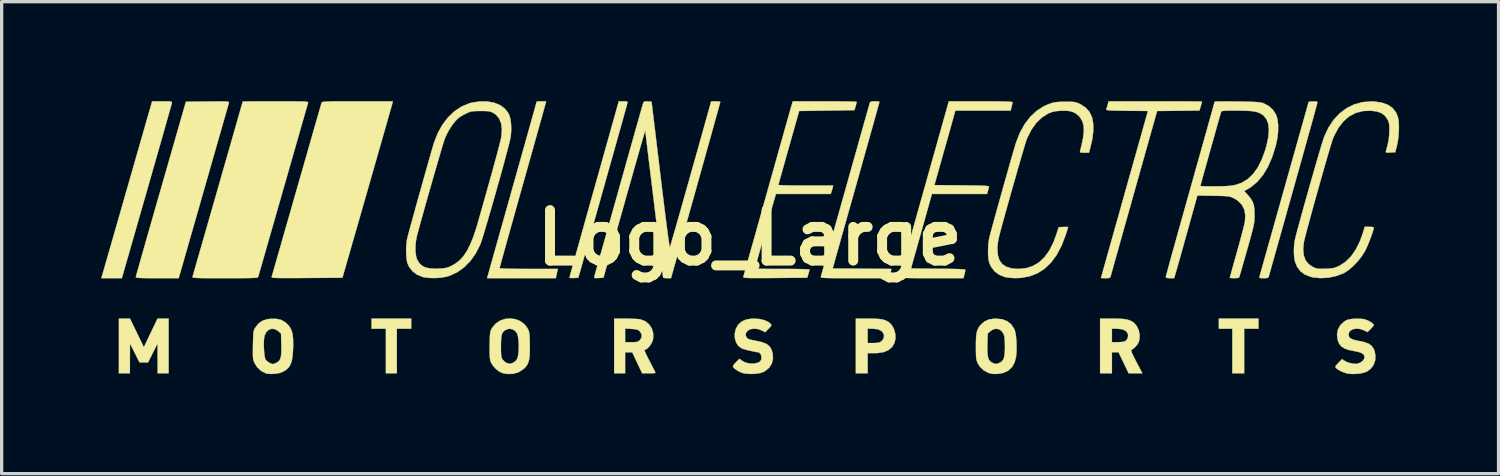
<source format=kicad_pcb>
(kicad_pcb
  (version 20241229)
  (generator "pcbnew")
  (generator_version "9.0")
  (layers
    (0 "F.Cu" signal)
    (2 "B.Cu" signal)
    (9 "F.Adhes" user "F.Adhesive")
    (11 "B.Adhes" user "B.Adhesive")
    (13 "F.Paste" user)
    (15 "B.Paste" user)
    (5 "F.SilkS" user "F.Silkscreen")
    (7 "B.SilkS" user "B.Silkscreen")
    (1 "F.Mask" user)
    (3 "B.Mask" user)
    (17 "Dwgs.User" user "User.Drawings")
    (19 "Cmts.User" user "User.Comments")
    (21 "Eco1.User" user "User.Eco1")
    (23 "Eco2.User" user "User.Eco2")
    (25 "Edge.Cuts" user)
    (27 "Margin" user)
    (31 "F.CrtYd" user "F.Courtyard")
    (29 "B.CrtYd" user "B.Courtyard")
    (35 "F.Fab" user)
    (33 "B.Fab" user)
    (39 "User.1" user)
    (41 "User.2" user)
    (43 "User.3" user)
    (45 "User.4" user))
  (footprint "Logo_Large"
    (layer "F.Cu")
    (at 19.561 4.12)
    (property "Reference" "Logo_Large" (at 0 0 0) (layer "F.SilkS") (effects (font (size 1.524 1.524) (thickness 0.3))))
    (attr through_hole)
    (fp_poly (pts (xy -10.211 2.743) (xy -10.643 2.743) (xy -10.643 4.089) (xy -10.973 4.089) (xy -10.973 2.743) (xy -11.405 2.743) (xy -11.405 2.438) (xy -10.211 2.438) (xy -10.211 2.743)) (stroke (width 0.01) (type solid)) (fill yes) (layer "F.SilkS"))
    (fp_poly (pts (xy 15.342 2.743) (xy 14.91 2.743) (xy 14.91 4.089) (xy 14.554 4.089) (xy 14.554 2.743) (xy 14.148 2.743) (xy 14.148 2.438) (xy 15.342 2.438) (xy 15.342 2.743)) (stroke (width 0.01) (type solid)) (fill yes) (layer "F.SilkS"))
    (fp_poly (pts (xy -18.482 2.869) (xy -18.273 3.301) (xy -17.86 2.438) (xy -17.526 2.438) (xy -17.526 4.089) (xy -17.856 4.089) (xy -17.859 3.188) (xy -18.003 3.473) (xy -18.147 3.759) (xy -18.403 3.759) (xy -18.547 3.473) (xy -18.691 3.188) (xy -18.693 3.639) (xy -18.694 4.089) (xy -19.025 4.089) (xy -19.025 2.438) (xy -18.691 2.438) (xy -18.482 2.869)) (stroke (width 0.01) (type solid)) (fill yes) (layer "F.SilkS"))
    (fp_poly (pts (xy -17.593 -4.114) (xy -17.508 -4.113) (xy -17.457 -4.107) (xy -17.433 -4.097) (xy -17.426 -4.08) (xy -17.429 -4.058) (xy -17.438 -4.026) (xy -17.459 -3.949) (xy -17.493 -3.829) (xy -17.538 -3.67) (xy -17.593 -3.476) (xy -17.657 -3.249) (xy -17.73 -2.992) (xy -17.811 -2.71) (xy -17.898 -2.405) (xy -17.991 -2.08) (xy -18.088 -1.739) (xy -18.188 -1.391) (xy -18.936 1.219) (xy -19.246 1.219) (xy -19.556 1.219) (xy -19.523 1.111) (xy -19.512 1.072) (xy -19.487 0.988) (xy -19.451 0.861) (xy -19.403 0.696) (xy -19.346 0.495) (xy -19.279 0.263) (xy -19.204 0.002) (xy -19.122 -0.284) (xy -19.033 -0.592) (xy -18.94 -0.919) (xy -18.842 -1.261) (xy -18.757 -1.556) (xy -18.023 -4.115) (xy -17.721 -4.115) (xy -17.593 -4.114)) (stroke (width 0.01) (type solid)) (fill yes) (layer "F.SilkS"))
    (fp_poly (pts (xy -3.736 -4.114) (xy -3.698 -4.106) (xy -3.688 -4.085) (xy -3.695 -4.045) (xy -3.703 -4.011) (xy -3.725 -3.932) (xy -3.759 -3.811) (xy -3.804 -3.65) (xy -3.858 -3.454) (xy -3.922 -3.225) (xy -3.995 -2.968) (xy -4.074 -2.684) (xy -4.16 -2.378) (xy -4.252 -2.053) (xy -4.348 -1.711) (xy -4.44 -1.384) (xy -5.169 1.206) (xy -5.302 1.214) (xy -5.377 1.215) (xy -5.426 1.209) (xy -5.436 1.201) (xy -5.43 1.175) (xy -5.41 1.102) (xy -5.379 0.987) (xy -5.336 0.833) (xy -5.283 0.643) (xy -5.221 0.419) (xy -5.15 0.166) (xy -5.072 -0.114) (xy -4.987 -0.418) (xy -4.897 -0.742) (xy -4.801 -1.083) (xy -4.702 -1.438) (xy -4.693 -1.467) (xy -3.95 -4.114) (xy -3.814 -4.115) (xy -3.736 -4.114)) (stroke (width 0.01) (type solid)) (fill yes) (layer "F.SilkS"))
    (fp_poly (pts (xy 3.562 2.439) (xy 3.741 2.441) (xy 3.879 2.448) (xy 3.985 2.461) (xy 4.069 2.483) (xy 4.142 2.515) (xy 4.194 2.547) (xy 4.284 2.635) (xy 4.35 2.756) (xy 4.389 2.895) (xy 4.395 3.038) (xy 4.367 3.167) (xy 4.293 3.295) (xy 4.182 3.389) (xy 4.032 3.45) (xy 3.843 3.478) (xy 3.778 3.479) (xy 3.556 3.48) (xy 3.556 4.089) (xy 3.2 4.089) (xy 3.2 2.743) (xy 3.556 2.743) (xy 3.556 3.175) (xy 3.73 3.175) (xy 3.838 3.171) (xy 3.91 3.157) (xy 3.963 3.129) (xy 3.969 3.125) (xy 4.034 3.046) (xy 4.052 2.955) (xy 4.027 2.873) (xy 3.966 2.804) (xy 3.867 2.761) (xy 3.727 2.744) (xy 3.692 2.743) (xy 3.556 2.743) (xy 3.2 2.743) (xy 3.2 2.438) (xy 3.562 2.439)) (stroke (width 0.01) (type solid)) (fill yes) (layer "F.SilkS"))
    (fp_poly (pts (xy 10.928 2.439) (xy 11.114 2.441) (xy 11.259 2.449) (xy 11.37 2.465) (xy 11.458 2.491) (xy 11.532 2.527) (xy 11.579 2.559) (xy 11.668 2.656) (xy 11.729 2.783) (xy 11.758 2.925) (xy 11.752 3.068) (xy 11.726 3.158) (xy 11.683 3.228) (xy 11.618 3.301) (xy 11.549 3.359) (xy 11.504 3.383) (xy 11.504 3.409) (xy 11.527 3.474) (xy 11.573 3.574) (xy 11.639 3.705) (xy 11.658 3.741) (xy 11.841 4.089) (xy 11.427 4.089) (xy 11.123 3.454) (xy 10.922 3.454) (xy 10.922 4.089) (xy 10.566 4.089) (xy 10.566 2.743) (xy 10.922 2.743) (xy 10.922 3.15) (xy 11.106 3.149) (xy 11.216 3.143) (xy 11.298 3.13) (xy 11.334 3.115) (xy 11.393 3.042) (xy 11.413 2.952) (xy 11.393 2.872) (xy 11.331 2.803) (xy 11.231 2.76) (xy 11.088 2.744) (xy 11.058 2.743) (xy 10.922 2.743) (xy 10.566 2.743) (xy 10.566 2.438) (xy 10.928 2.439)) (stroke (width 0.01) (type solid)) (fill yes) (layer "F.SilkS"))
    (fp_poly (pts (xy 17.11 -4.101) (xy 17.12 -4.082) (xy 17.113 -4.053) (xy 17.093 -3.978) (xy 17.062 -3.861) (xy 17.019 -3.705) (xy 16.966 -3.513) (xy 16.904 -3.289) (xy 16.833 -3.035) (xy 16.755 -2.754) (xy 16.67 -2.451) (xy 16.58 -2.129) (xy 16.484 -1.79) (xy 16.395 -1.47) (xy 16.296 -1.119) (xy 16.2 -0.78) (xy 16.11 -0.458) (xy 16.025 -0.155) (xy 15.946 0.124) (xy 15.875 0.378) (xy 15.812 0.602) (xy 15.758 0.793) (xy 15.715 0.947) (xy 15.683 1.063) (xy 15.662 1.136) (xy 15.655 1.162) (xy 15.641 1.195) (xy 15.611 1.212) (xy 15.551 1.219) (xy 15.501 1.219) (xy 15.422 1.218) (xy 15.382 1.21) (xy 15.371 1.191) (xy 15.377 1.162) (xy 15.385 1.13) (xy 15.407 1.053) (xy 15.441 0.933) (xy 15.485 0.774) (xy 15.54 0.579) (xy 15.604 0.352) (xy 15.676 0.096) (xy 15.756 -0.187) (xy 15.842 -0.492) (xy 15.933 -0.817) (xy 16.029 -1.159) (xy 16.125 -1.499) (xy 16.858 -4.102) (xy 16.989 -4.11) (xy 17.07 -4.111) (xy 17.11 -4.101)) (stroke (width 0.01) (type solid)) (fill yes) (layer "F.SilkS"))
    (fp_poly (pts (xy -15.881 -4.111) (xy -15.8 -4.109) (xy -15.748 -4.104) (xy -15.719 -4.097) (xy -15.707 -4.087) (xy -15.706 -4.075) (xy -15.707 -4.071) (xy -15.716 -4.041) (xy -15.737 -3.965) (xy -15.771 -3.847) (xy -15.816 -3.69) (xy -15.871 -3.498) (xy -15.935 -3.274) (xy -16.008 -3.021) (xy -16.088 -2.742) (xy -16.174 -2.442) (xy -16.265 -2.122) (xy -16.361 -1.787) (xy -16.422 -1.575) (xy -16.521 -1.229) (xy -16.616 -0.894) (xy -16.708 -0.574) (xy -16.794 -0.273) (xy -16.875 0.007) (xy -16.947 0.262) (xy -17.012 0.487) (xy -17.067 0.68) (xy -17.112 0.836) (xy -17.146 0.953) (xy -17.167 1.027) (xy -17.173 1.048) (xy -17.223 1.219) (xy -17.87 1.219) (xy -18.077 1.219) (xy -18.238 1.217) (xy -18.358 1.214) (xy -18.44 1.209) (xy -18.491 1.202) (xy -18.513 1.193) (xy -18.515 1.187) (xy -18.508 1.159) (xy -18.488 1.085) (xy -18.456 0.969) (xy -18.412 0.814) (xy -18.358 0.622) (xy -18.294 0.398) (xy -18.222 0.144) (xy -18.142 -0.136) (xy -18.055 -0.44) (xy -17.963 -0.764) (xy -17.865 -1.104) (xy -17.763 -1.458) (xy -17.759 -1.473) (xy -17.004 -4.102) (xy -16.349 -4.109) (xy -16.149 -4.111) (xy -15.995 -4.112) (xy -15.881 -4.111)) (stroke (width 0.01) (type solid)) (fill yes) (layer "F.SilkS"))
    (fp_poly (pts (xy -3.74 2.439) (xy -3.603 2.441) (xy -3.475 2.446) (xy -3.371 2.452) (xy -3.302 2.46) (xy -3.294 2.462) (xy -3.15 2.519) (xy -3.035 2.613) (xy -2.954 2.736) (xy -2.912 2.879) (xy -2.913 3.035) (xy -2.924 3.087) (xy -2.958 3.172) (xy -3.011 3.256) (xy -3.073 3.326) (xy -3.133 3.37) (xy -3.164 3.378) (xy -3.172 3.394) (xy -3.158 3.443) (xy -3.12 3.528) (xy -3.058 3.652) (xy -3.024 3.717) (xy -2.961 3.836) (xy -2.909 3.939) (xy -2.869 4.018) (xy -2.848 4.064) (xy -2.845 4.073) (xy -2.868 4.081) (xy -2.93 4.086) (xy -3.019 4.089) (xy -3.044 4.089) (xy -3.244 4.089) (xy -3.394 3.772) (xy -3.543 3.455) (xy -3.651 3.455) (xy -3.759 3.454) (xy -3.759 4.089) (xy -4.089 4.089) (xy -4.089 3.15) (xy -3.759 3.15) (xy -3.568 3.15) (xy -3.466 3.148) (xy -3.4 3.14) (xy -3.355 3.122) (xy -3.317 3.09) (xy -3.314 3.087) (xy -3.261 3.006) (xy -3.259 2.921) (xy -3.307 2.833) (xy -3.31 2.83) (xy -3.346 2.794) (xy -3.389 2.772) (xy -3.452 2.759) (xy -3.551 2.75) (xy -3.564 2.749) (xy -3.759 2.737) (xy -3.759 3.15) (xy -4.089 3.15) (xy -4.089 2.438) (xy -3.74 2.439)) (stroke (width 0.01) (type solid)) (fill yes) (layer "F.SilkS"))
    (fp_poly (pts (xy 3.849 -4.112) (xy 3.899 -4.103) (xy 3.911 -4.096) (xy 3.904 -4.069) (xy 3.884 -3.997) (xy 3.852 -3.882) (xy 3.81 -3.729) (xy 3.757 -3.539) (xy 3.695 -3.317) (xy 3.624 -3.066) (xy 3.546 -2.789) (xy 3.462 -2.489) (xy 3.372 -2.169) (xy 3.278 -1.833) (xy 3.205 -1.575) (xy 2.5 0.927) (xy 4.271 0.94) (xy 4.253 1.023) (xy 4.234 1.1) (xy 4.214 1.162) (xy 4.192 1.219) (xy 3.161 1.219) (xy 2.905 1.219) (xy 2.695 1.219) (xy 2.527 1.218) (xy 2.397 1.216) (xy 2.299 1.213) (xy 2.229 1.209) (xy 2.183 1.204) (xy 2.157 1.198) (xy 2.145 1.189) (xy 2.143 1.179) (xy 2.144 1.175) (xy 2.153 1.145) (xy 2.174 1.069) (xy 2.208 0.951) (xy 2.252 0.794) (xy 2.307 0.601) (xy 2.37 0.375) (xy 2.442 0.12) (xy 2.521 -0.161) (xy 2.607 -0.465) (xy 2.698 -0.788) (xy 2.793 -1.128) (xy 2.883 -1.448) (xy 2.982 -1.799) (xy 3.077 -2.138) (xy 3.168 -2.46) (xy 3.253 -2.761) (xy 3.331 -3.04) (xy 3.402 -3.293) (xy 3.465 -3.515) (xy 3.519 -3.705) (xy 3.562 -3.859) (xy 3.594 -3.973) (xy 3.615 -4.045) (xy 3.622 -4.07) (xy 3.641 -4.097) (xy 3.686 -4.111) (xy 3.769 -4.115) (xy 3.774 -4.115) (xy 3.849 -4.112)) (stroke (width 0.01) (type solid)) (fill yes) (layer "F.SilkS"))
    (fp_poly (pts (xy -10.781 -4.045) (xy -10.79 -4.011) (xy -10.812 -3.932) (xy -10.847 -3.811) (xy -10.892 -3.651) (xy -10.948 -3.455) (xy -11.013 -3.227) (xy -11.087 -2.969) (xy -11.168 -2.686) (xy -11.255 -2.38) (xy -11.348 -2.055) (xy -11.446 -1.714) (xy -11.54 -1.384) (xy -12.284 1.206) (xy -13.357 1.213) (xy -13.619 1.215) (xy -13.834 1.216) (xy -14.008 1.216) (xy -14.144 1.215) (xy -14.246 1.213) (xy -14.32 1.21) (xy -14.37 1.206) (xy -14.4 1.2) (xy -14.415 1.192) (xy -14.418 1.182) (xy -14.417 1.175) (xy -14.408 1.145) (xy -14.386 1.069) (xy -14.353 0.951) (xy -14.307 0.794) (xy -14.252 0.601) (xy -14.187 0.376) (xy -14.114 0.121) (xy -14.034 -0.16) (xy -13.947 -0.463) (xy -13.854 -0.786) (xy -13.757 -1.126) (xy -13.665 -1.448) (xy -13.564 -1.799) (xy -13.467 -2.137) (xy -13.375 -2.459) (xy -13.289 -2.761) (xy -13.209 -3.039) (xy -13.137 -3.292) (xy -13.073 -3.514) (xy -13.018 -3.704) (xy -12.974 -3.858) (xy -12.941 -3.973) (xy -12.921 -4.045) (xy -12.913 -4.07) (xy -12.907 -4.081) (xy -12.893 -4.09) (xy -12.867 -4.097) (xy -12.823 -4.103) (xy -12.758 -4.107) (xy -12.667 -4.11) (xy -12.545 -4.113) (xy -12.388 -4.114) (xy -12.191 -4.115) (xy -11.95 -4.115) (xy -11.833 -4.115) (xy -10.766 -4.115) (xy -10.781 -4.045)) (stroke (width 0.01) (type solid)) (fill yes) (layer "F.SilkS"))
    (fp_poly (pts (xy 12.493 -4.115) (xy 12.74 -4.114) (xy 12.966 -4.114) (xy 13.167 -4.113) (xy 13.338 -4.112) (xy 13.475 -4.11) (xy 13.574 -4.109) (xy 13.629 -4.108) (xy 13.64 -4.107) (xy 13.633 -4.08) (xy 13.616 -4.02) (xy 13.601 -3.967) (xy 13.562 -3.836) (xy 12.924 -3.829) (xy 12.285 -3.823) (xy 11.595 -1.372) (xy 11.499 -1.028) (xy 11.406 -0.698) (xy 11.317 -0.384) (xy 11.235 -0.089) (xy 11.158 0.182) (xy 11.09 0.427) (xy 11.029 0.642) (xy 10.978 0.824) (xy 10.938 0.969) (xy 10.909 1.073) (xy 10.892 1.135) (xy 10.888 1.149) (xy 10.874 1.19) (xy 10.849 1.21) (xy 10.798 1.218) (xy 10.731 1.219) (xy 10.655 1.218) (xy 10.604 1.215) (xy 10.592 1.213) (xy 10.599 1.188) (xy 10.619 1.118) (xy 10.65 1.005) (xy 10.693 0.853) (xy 10.746 0.665) (xy 10.808 0.444) (xy 10.878 0.194) (xy 10.956 -0.083) (xy 11.04 -0.382) (xy 11.13 -0.701) (xy 11.224 -1.037) (xy 11.3 -1.308) (xy 12.009 -3.823) (xy 11.374 -3.829) (xy 11.175 -3.832) (xy 11.022 -3.835) (xy 10.909 -3.839) (xy 10.831 -3.844) (xy 10.782 -3.85) (xy 10.758 -3.859) (xy 10.752 -3.87) (xy 10.753 -3.872) (xy 10.768 -3.919) (xy 10.789 -3.99) (xy 10.795 -4.012) (xy 10.822 -4.115) (xy 12.231 -4.115) (xy 12.493 -4.115)) (stroke (width 0.01) (type solid)) (fill yes) (layer "F.SilkS"))
    (fp_poly (pts (xy -6.159 -4.045) (xy -6.168 -4.011) (xy -6.19 -3.932) (xy -6.224 -3.81) (xy -6.268 -3.65) (xy -6.323 -3.455) (xy -6.387 -3.228) (xy -6.459 -2.972) (xy -6.537 -2.691) (xy -6.622 -2.389) (xy -6.712 -2.068) (xy -6.807 -1.733) (xy -6.86 -1.544) (xy -6.956 -1.203) (xy -7.048 -0.876) (xy -7.134 -0.566) (xy -7.216 -0.276) (xy -7.29 -0.01) (xy -7.356 0.229) (xy -7.414 0.438) (xy -7.463 0.613) (xy -7.501 0.751) (xy -7.527 0.849) (xy -7.542 0.903) (xy -7.544 0.914) (xy -7.519 0.922) (xy -7.445 0.928) (xy -7.32 0.933) (xy -7.146 0.937) (xy -6.921 0.939) (xy -6.665 0.94) (xy -5.786 0.94) (xy -5.802 1.006) (xy -5.821 1.084) (xy -5.834 1.146) (xy -5.848 1.219) (xy -7.921 1.219) (xy -7.873 1.048) (xy -7.859 1) (xy -7.833 0.906) (xy -7.795 0.771) (xy -7.746 0.597) (xy -7.688 0.389) (xy -7.62 0.149) (xy -7.545 -0.118) (xy -7.463 -0.409) (xy -7.376 -0.72) (xy -7.283 -1.049) (xy -7.187 -1.39) (xy -7.126 -1.608) (xy -7.029 -1.953) (xy -6.936 -2.283) (xy -6.848 -2.596) (xy -6.766 -2.889) (xy -6.69 -3.158) (xy -6.622 -3.4) (xy -6.563 -3.612) (xy -6.513 -3.79) (xy -6.474 -3.931) (xy -6.446 -4.033) (xy -6.43 -4.091) (xy -6.426 -4.104) (xy -6.403 -4.11) (xy -6.344 -4.114) (xy -6.284 -4.115) (xy -6.141 -4.115) (xy -6.159 -4.045)) (stroke (width 0.01) (type solid)) (fill yes) (layer "F.SilkS"))
    (fp_poly (pts (xy 7.615 2.459) (xy 7.768 2.518) (xy 7.888 2.616) (xy 7.978 2.753) (xy 7.989 2.779) (xy 8.012 2.864) (xy 8.031 2.986) (xy 8.043 3.131) (xy 8.048 3.286) (xy 8.045 3.435) (xy 8.034 3.566) (xy 8.031 3.591) (xy 7.988 3.76) (xy 7.915 3.892) (xy 7.809 3.995) (xy 7.758 4.028) (xy 7.634 4.079) (xy 7.486 4.106) (xy 7.338 4.107) (xy 7.208 4.081) (xy 7.207 4.08) (xy 7.054 3.998) (xy 6.935 3.882) (xy 6.88 3.792) (xy 6.857 3.74) (xy 6.841 3.689) (xy 6.83 3.628) (xy 6.824 3.547) (xy 6.821 3.436) (xy 6.821 3.396) (xy 7.165 3.396) (xy 7.173 3.53) (xy 7.192 3.628) (xy 7.224 3.697) (xy 7.272 3.745) (xy 7.321 3.772) (xy 7.387 3.799) (xy 7.433 3.806) (xy 7.482 3.793) (xy 7.533 3.773) (xy 7.596 3.736) (xy 7.642 3.682) (xy 7.672 3.602) (xy 7.689 3.49) (xy 7.696 3.338) (xy 7.696 3.277) (xy 7.692 3.11) (xy 7.68 2.986) (xy 7.661 2.911) (xy 7.597 2.813) (xy 7.512 2.757) (xy 7.414 2.744) (xy 7.312 2.778) (xy 7.258 2.817) (xy 7.176 2.891) (xy 7.167 3.219) (xy 7.165 3.396) (xy 6.821 3.396) (xy 6.82 3.289) (xy 6.822 3.108) (xy 6.829 2.969) (xy 6.844 2.862) (xy 6.869 2.777) (xy 6.905 2.706) (xy 6.955 2.639) (xy 6.968 2.623) (xy 7.077 2.526) (xy 7.206 2.467) (xy 7.365 2.441) (xy 7.429 2.44) (xy 7.615 2.459)) (stroke (width 0.01) (type solid)) (fill yes) (layer "F.SilkS"))
    (fp_poly (pts (xy -14.269 2.446) (xy -14.131 2.478) (xy -14.013 2.544) (xy -13.924 2.627) (xy -13.862 2.706) (xy -13.818 2.796) (xy -13.788 2.904) (xy -13.773 3.04) (xy -13.769 3.212) (xy -13.772 3.351) (xy -13.785 3.547) (xy -13.809 3.701) (xy -13.848 3.82) (xy -13.907 3.913) (xy -13.987 3.987) (xy -14.084 4.045) (xy -14.181 4.079) (xy -14.305 4.1) (xy -14.435 4.108) (xy -14.548 4.1) (xy -14.589 4.09) (xy -14.731 4.019) (xy -14.851 3.909) (xy -14.924 3.796) (xy -14.949 3.744) (xy -14.966 3.699) (xy -14.977 3.648) (xy -14.983 3.585) (xy -14.985 3.498) (xy -14.984 3.379) (xy -14.982 3.232) (xy -14.982 3.226) (xy -14.655 3.226) (xy -14.651 3.354) (xy -14.642 3.477) (xy -14.629 3.582) (xy -14.612 3.656) (xy -14.603 3.676) (xy -14.552 3.729) (xy -14.478 3.777) (xy -14.405 3.806) (xy -14.381 3.809) (xy -14.337 3.799) (xy -14.276 3.772) (xy -14.274 3.771) (xy -14.216 3.734) (xy -14.174 3.686) (xy -14.147 3.619) (xy -14.131 3.526) (xy -14.125 3.398) (xy -14.127 3.234) (xy -14.135 2.891) (xy -14.218 2.817) (xy -14.316 2.757) (xy -14.414 2.744) (xy -14.504 2.773) (xy -14.579 2.842) (xy -14.63 2.946) (xy -14.644 3.008) (xy -14.653 3.106) (xy -14.655 3.226) (xy -14.982 3.226) (xy -14.978 3.074) (xy -14.974 2.959) (xy -14.969 2.876) (xy -14.96 2.817) (xy -14.947 2.773) (xy -14.927 2.735) (xy -14.903 2.697) (xy -14.805 2.579) (xy -14.689 2.5) (xy -14.545 2.456) (xy -14.439 2.444) (xy -14.269 2.446)) (stroke (width 0.01) (type solid)) (fill yes) (layer "F.SilkS"))
    (fp_poly (pts (xy -7.07 2.455) (xy -6.926 2.511) (xy -6.8 2.603) (xy -6.719 2.704) (xy -6.689 2.754) (xy -6.668 2.799) (xy -6.654 2.848) (xy -6.645 2.913) (xy -6.639 3.003) (xy -6.635 3.129) (xy -6.633 3.203) (xy -6.632 3.402) (xy -6.638 3.559) (xy -6.655 3.681) (xy -6.684 3.778) (xy -6.727 3.857) (xy -6.787 3.927) (xy -6.82 3.957) (xy -6.966 4.053) (xy -7.133 4.104) (xy -7.316 4.108) (xy -7.452 4.083) (xy -7.554 4.036) (xy -7.657 3.955) (xy -7.747 3.855) (xy -7.809 3.749) (xy -7.823 3.71) (xy -7.836 3.628) (xy -7.844 3.502) (xy -7.846 3.338) (xy -7.846 3.322) (xy -7.504 3.322) (xy -7.502 3.452) (xy -7.496 3.542) (xy -7.486 3.604) (xy -7.47 3.648) (xy -7.45 3.677) (xy -7.364 3.762) (xy -7.268 3.799) (xy -7.169 3.788) (xy -7.076 3.73) (xy -7.057 3.711) (xy -7.02 3.661) (xy -6.995 3.601) (xy -6.98 3.516) (xy -6.972 3.444) (xy -6.964 3.278) (xy -6.971 3.117) (xy -6.99 2.977) (xy -7.015 2.888) (xy -7.067 2.816) (xy -7.15 2.764) (xy -7.243 2.743) (xy -7.244 2.743) (xy -7.305 2.756) (xy -7.376 2.788) (xy -7.384 2.793) (xy -7.429 2.828) (xy -7.462 2.876) (xy -7.484 2.944) (xy -7.497 3.04) (xy -7.503 3.172) (xy -7.504 3.322) (xy -7.846 3.322) (xy -7.844 3.213) (xy -7.841 3.065) (xy -7.836 2.957) (xy -7.83 2.881) (xy -7.819 2.824) (xy -7.802 2.779) (xy -7.778 2.734) (xy -7.759 2.704) (xy -7.657 2.584) (xy -7.528 2.499) (xy -7.381 2.449) (xy -7.225 2.434) (xy -7.07 2.455)) (stroke (width 0.01) (type solid)) (fill yes) (layer "F.SilkS"))
    (fp_poly (pts (xy 0.303 2.452) (xy 0.448 2.488) (xy 0.566 2.543) (xy 0.633 2.601) (xy 0.65 2.63) (xy 0.643 2.66) (xy 0.608 2.704) (xy 0.567 2.747) (xy 0.465 2.849) (xy 0.366 2.796) (xy 0.253 2.754) (xy 0.135 2.741) (xy 0.026 2.756) (xy -0.057 2.798) (xy -0.065 2.806) (xy -0.117 2.876) (xy -0.122 2.946) (xy -0.102 2.996) (xy -0.08 3.027) (xy -0.046 3.051) (xy 0.01 3.071) (xy 0.098 3.091) (xy 0.208 3.112) (xy 0.378 3.151) (xy 0.504 3.202) (xy 0.593 3.271) (xy 0.653 3.364) (xy 0.69 3.482) (xy 0.701 3.647) (xy 0.665 3.794) (xy 0.584 3.921) (xy 0.461 4.022) (xy 0.423 4.043) (xy 0.322 4.078) (xy 0.189 4.1) (xy 0.043 4.108) (xy -0.099 4.101) (xy -0.208 4.081) (xy -0.295 4.048) (xy -0.38 4.001) (xy -0.453 3.95) (xy -0.498 3.902) (xy -0.508 3.877) (xy -0.491 3.843) (xy -0.447 3.789) (xy -0.408 3.748) (xy -0.309 3.651) (xy -0.243 3.703) (xy -0.132 3.763) (xy -0.000262 3.794) (xy 0.135 3.795) (xy 0.257 3.765) (xy 0.298 3.743) (xy 0.341 3.69) (xy 0.356 3.614) (xy 0.343 3.537) (xy 0.316 3.494) (xy 0.282 3.463) (xy 0.271 3.454) (xy 0.21 3.448) (xy 0.118 3.431) (xy 0.009 3.407) (xy -0.098 3.381) (xy -0.19 3.355) (xy -0.248 3.334) (xy -0.251 3.333) (xy -0.347 3.258) (xy -0.413 3.152) (xy -0.449 3.025) (xy -0.452 2.89) (xy -0.423 2.757) (xy -0.359 2.638) (xy -0.333 2.607) (xy -0.234 2.522) (xy -0.112 2.469) (xy 0.04 2.443) (xy 0.14 2.439) (xy 0.303 2.452)) (stroke (width 0.01) (type solid)) (fill yes) (layer "F.SilkS"))
    (fp_poly (pts (xy 18.498 2.451) (xy 18.558 2.464) (xy 18.643 2.497) (xy 18.723 2.54) (xy 18.786 2.585) (xy 18.819 2.622) (xy 18.821 2.63) (xy 18.804 2.662) (xy 18.761 2.714) (xy 18.725 2.751) (xy 18.629 2.845) (xy 18.529 2.794) (xy 18.413 2.752) (xy 18.3 2.74) (xy 18.198 2.756) (xy 18.118 2.798) (xy 18.07 2.863) (xy 18.059 2.918) (xy 18.071 2.981) (xy 18.11 3.029) (xy 18.182 3.067) (xy 18.295 3.098) (xy 18.38 3.114) (xy 18.544 3.15) (xy 18.665 3.196) (xy 18.752 3.257) (xy 18.812 3.339) (xy 18.835 3.389) (xy 18.87 3.544) (xy 18.862 3.696) (xy 18.813 3.835) (xy 18.727 3.952) (xy 18.606 4.038) (xy 18.603 4.04) (xy 18.491 4.077) (xy 18.35 4.101) (xy 18.199 4.109) (xy 18.06 4.1) (xy 18.002 4.089) (xy 17.899 4.055) (xy 17.797 4.008) (xy 17.715 3.958) (xy 17.679 3.925) (xy 17.664 3.897) (xy 17.673 3.866) (xy 17.71 3.819) (xy 17.755 3.772) (xy 17.864 3.66) (xy 17.932 3.708) (xy 18.032 3.759) (xy 18.154 3.792) (xy 18.275 3.804) (xy 18.329 3.799) (xy 18.414 3.767) (xy 18.487 3.713) (xy 18.533 3.649) (xy 18.542 3.611) (xy 18.528 3.544) (xy 18.481 3.493) (xy 18.397 3.454) (xy 18.268 3.424) (xy 18.234 3.418) (xy 18.06 3.382) (xy 17.93 3.335) (xy 17.836 3.271) (xy 17.771 3.187) (xy 17.73 3.078) (xy 17.711 2.918) (xy 17.739 2.768) (xy 17.811 2.636) (xy 17.925 2.529) (xy 17.933 2.524) (xy 17.997 2.487) (xy 18.064 2.464) (xy 18.151 2.45) (xy 18.249 2.443) (xy 18.384 2.442) (xy 18.498 2.451)) (stroke (width 0.01) (type solid)) (fill yes) (layer "F.SilkS"))
    (fp_poly (pts (xy 7.244 -4.114) (xy 7.473 -4.112) (xy 7.655 -4.109) (xy 7.789 -4.105) (xy 7.877 -4.099) (xy 7.92 -4.092) (xy 7.925 -4.088) (xy 7.919 -4.049) (xy 7.904 -3.981) (xy 7.896 -3.948) (xy 7.868 -3.835) (xy 7.033 -3.835) (xy 6.199 -3.835) (xy 6.181 -3.766) (xy 6.171 -3.727) (xy 6.148 -3.645) (xy 6.114 -3.524) (xy 6.072 -3.372) (xy 6.021 -3.192) (xy 5.965 -2.99) (xy 5.903 -2.772) (xy 5.866 -2.642) (xy 5.569 -1.587) (xy 6.391 -1.581) (xy 6.64 -1.578) (xy 6.84 -1.575) (xy 6.995 -1.57) (xy 7.106 -1.565) (xy 7.177 -1.558) (xy 7.21 -1.55) (xy 7.214 -1.546) (xy 7.207 -1.505) (xy 7.19 -1.438) (xy 7.184 -1.419) (xy 7.155 -1.321) (xy 5.494 -1.321) (xy 5.346 -0.794) (xy 5.293 -0.603) (xy 5.23 -0.381) (xy 5.164 -0.145) (xy 5.098 0.089) (xy 5.038 0.302) (xy 5.03 0.33) (xy 4.862 0.927) (xy 5.682 0.934) (xy 5.945 0.937) (xy 6.156 0.941) (xy 6.318 0.946) (xy 6.429 0.953) (xy 6.49 0.961) (xy 6.502 0.967) (xy 6.497 1.006) (xy 6.482 1.074) (xy 6.474 1.106) (xy 6.446 1.219) (xy 5.483 1.219) (xy 5.226 1.219) (xy 5.015 1.218) (xy 4.847 1.216) (xy 4.718 1.213) (xy 4.626 1.208) (xy 4.564 1.203) (xy 4.531 1.196) (xy 4.521 1.188) (xy 4.528 1.16) (xy 4.548 1.086) (xy 4.579 0.969) (xy 4.622 0.814) (xy 4.675 0.622) (xy 4.737 0.397) (xy 4.808 0.143) (xy 4.886 -0.138) (xy 4.972 -0.442) (xy 5.062 -0.766) (xy 5.158 -1.107) (xy 5.258 -1.462) (xy 5.263 -1.479) (xy 6.004 -4.115) (xy 6.964 -4.115) (xy 7.244 -4.114)) (stroke (width 0.01) (type solid)) (fill yes) (layer "F.SilkS"))
    (fp_poly (pts (xy -14.048 -4.115) (xy -13.843 -4.114) (xy -13.68 -4.113) (xy -13.554 -4.111) (xy -13.461 -4.109) (xy -13.395 -4.105) (xy -13.353 -4.099) (xy -13.329 -4.092) (xy -13.319 -4.083) (xy -13.319 -4.072) (xy -13.32 -4.07) (xy -13.329 -4.04) (xy -13.35 -3.965) (xy -13.384 -3.847) (xy -13.429 -3.69) (xy -13.485 -3.497) (xy -13.549 -3.272) (xy -13.622 -3.017) (xy -13.703 -2.736) (xy -13.79 -2.433) (xy -13.882 -2.109) (xy -13.979 -1.77) (xy -14.072 -1.448) (xy -14.172 -1.096) (xy -14.269 -0.758) (xy -14.361 -0.437) (xy -14.448 -0.135) (xy -14.528 0.144) (xy -14.6 0.396) (xy -14.664 0.619) (xy -14.718 0.809) (xy -14.763 0.963) (xy -14.795 1.077) (xy -14.816 1.149) (xy -14.824 1.175) (xy -14.83 1.186) (xy -14.844 1.195) (xy -14.872 1.203) (xy -14.916 1.208) (xy -14.984 1.212) (xy -15.078 1.215) (xy -15.204 1.217) (xy -15.367 1.219) (xy -15.57 1.219) (xy -15.82 1.219) (xy -15.828 1.219) (xy -16.078 1.219) (xy -16.282 1.219) (xy -16.445 1.218) (xy -16.571 1.216) (xy -16.664 1.213) (xy -16.73 1.209) (xy -16.772 1.203) (xy -16.795 1.196) (xy -16.805 1.188) (xy -16.805 1.177) (xy -16.804 1.175) (xy -16.794 1.142) (xy -16.772 1.065) (xy -16.738 0.947) (xy -16.694 0.792) (xy -16.64 0.605) (xy -16.578 0.389) (xy -16.509 0.148) (xy -16.433 -0.114) (xy -16.353 -0.394) (xy -16.269 -0.688) (xy -16.182 -0.991) (xy -16.093 -1.3) (xy -16.004 -1.611) (xy -15.916 -1.92) (xy -15.829 -2.224) (xy -15.744 -2.518) (xy -15.664 -2.799) (xy -15.589 -3.063) (xy -15.519 -3.305) (xy -15.457 -3.523) (xy -15.403 -3.712) (xy -15.358 -3.869) (xy -15.324 -3.989) (xy -15.301 -4.069) (xy -15.291 -4.105) (xy -15.291 -4.107) (xy -15.266 -4.109) (xy -15.196 -4.11) (xy -15.087 -4.112) (xy -14.942 -4.113) (xy -14.769 -4.114) (xy -14.572 -4.114) (xy -14.357 -4.115) (xy -14.298 -4.115) (xy -14.048 -4.115)) (stroke (width 0.01) (type solid)) (fill yes) (layer "F.SilkS"))
    (fp_poly (pts (xy 2.478 -4.114) (xy 2.677 -4.113) (xy 2.853 -4.111) (xy 3.002 -4.108) (xy 3.117 -4.105) (xy 3.193 -4.101) (xy 3.225 -4.096) (xy 3.225 -4.096) (xy 3.218 -4.062) (xy 3.201 -3.998) (xy 3.191 -3.962) (xy 3.157 -3.848) (xy 2.324 -3.835) (xy 1.49 -3.823) (xy 1.178 -2.718) (xy 1.114 -2.49) (xy 1.054 -2.277) (xy 1 -2.084) (xy 0.953 -1.916) (xy 0.914 -1.778) (xy 0.886 -1.675) (xy 0.869 -1.612) (xy 0.865 -1.594) (xy 0.889 -1.589) (xy 0.958 -1.585) (xy 1.066 -1.581) (xy 1.206 -1.578) (xy 1.374 -1.576) (xy 1.563 -1.575) (xy 1.69 -1.575) (xy 2.516 -1.575) (xy 2.499 -1.505) (xy 2.478 -1.43) (xy 2.461 -1.378) (xy 2.44 -1.321) (xy 0.79 -1.321) (xy 0.739 -1.149) (xy 0.721 -1.085) (xy 0.69 -0.979) (xy 0.65 -0.838) (xy 0.602 -0.668) (xy 0.548 -0.476) (xy 0.49 -0.269) (xy 0.432 -0.064) (xy 0.374 0.145) (xy 0.319 0.339) (xy 0.271 0.513) (xy 0.229 0.661) (xy 0.196 0.778) (xy 0.173 0.858) (xy 0.163 0.895) (xy 0.162 0.895) (xy 0.161 0.908) (xy 0.17 0.917) (xy 0.193 0.925) (xy 0.235 0.931) (xy 0.301 0.935) (xy 0.398 0.937) (xy 0.528 0.939) (xy 0.698 0.94) (xy 0.913 0.94) (xy 0.976 0.94) (xy 1.175 0.94) (xy 1.357 0.942) (xy 1.516 0.944) (xy 1.646 0.948) (xy 1.74 0.952) (xy 1.793 0.956) (xy 1.803 0.959) (xy 1.796 0.993) (xy 1.779 1.057) (xy 1.768 1.092) (xy 1.734 1.206) (xy 0.764 1.213) (xy 0.516 1.215) (xy 0.315 1.216) (xy 0.155 1.216) (xy 0.031 1.215) (xy -0.06 1.212) (xy -0.123 1.209) (xy -0.163 1.204) (xy -0.185 1.197) (xy -0.194 1.187) (xy -0.194 1.176) (xy -0.193 1.175) (xy -0.185 1.145) (xy -0.163 1.069) (xy -0.13 0.951) (xy -0.086 0.794) (xy -0.031 0.601) (xy 0.032 0.376) (xy 0.104 0.121) (xy 0.183 -0.159) (xy 0.268 -0.462) (xy 0.358 -0.785) (xy 0.453 -1.123) (xy 0.534 -1.41) (xy 0.632 -1.76) (xy 0.727 -2.097) (xy 0.817 -2.418) (xy 0.902 -2.72) (xy 0.981 -2.999) (xy 1.052 -3.252) (xy 1.115 -3.476) (xy 1.169 -3.666) (xy 1.213 -3.821) (xy 1.245 -3.936) (xy 1.266 -4.008) (xy 1.273 -4.032) (xy 1.299 -4.115) (xy 2.263 -4.115) (xy 2.478 -4.114)) (stroke (width 0.01) (type solid)) (fill yes) (layer "F.SilkS"))
    (fp_poly (pts (xy -1.02 -4.114) (xy -0.951 -4.11) (xy -0.902 -4.103) (xy -0.888 -4.096) (xy -0.895 -4.069) (xy -0.915 -3.997) (xy -0.946 -3.882) (xy -0.989 -3.728) (xy -1.042 -3.538) (xy -1.104 -3.314) (xy -1.174 -3.061) (xy -1.253 -2.781) (xy -1.337 -2.478) (xy -1.428 -2.154) (xy -1.524 -1.813) (xy -1.623 -1.458) (xy -1.631 -1.429) (xy -2.375 1.219) (xy -2.496 1.219) (xy -2.576 1.214) (xy -2.612 1.197) (xy -2.616 1.184) (xy -2.619 1.154) (xy -2.628 1.078) (xy -2.642 0.958) (xy -2.661 0.799) (xy -2.684 0.604) (xy -2.712 0.378) (xy -2.743 0.124) (xy -2.776 -0.155) (xy -2.813 -0.455) (xy -2.852 -0.772) (xy -2.883 -1.027) (xy -2.923 -1.354) (xy -2.961 -1.667) (xy -2.997 -1.962) (xy -3.031 -2.236) (xy -3.061 -2.484) (xy -3.087 -2.703) (xy -3.11 -2.889) (xy -3.128 -3.039) (xy -3.141 -3.149) (xy -3.149 -3.215) (xy -3.151 -3.233) (xy -3.158 -3.214) (xy -3.178 -3.149) (xy -3.209 -3.042) (xy -3.252 -2.896) (xy -3.304 -2.715) (xy -3.365 -2.501) (xy -3.434 -2.259) (xy -3.51 -1.991) (xy -3.592 -1.702) (xy -3.68 -1.394) (xy -3.771 -1.07) (xy -3.782 -1.029) (xy -4.412 1.206) (xy -4.558 1.214) (xy -4.639 1.217) (xy -4.681 1.212) (xy -4.693 1.196) (xy -4.689 1.176) (xy -4.681 1.146) (xy -4.659 1.07) (xy -4.626 0.952) (xy -4.582 0.794) (xy -4.527 0.601) (xy -4.464 0.376) (xy -4.392 0.121) (xy -4.313 -0.159) (xy -4.228 -0.463) (xy -4.138 -0.785) (xy -4.042 -1.123) (xy -3.962 -1.41) (xy -3.864 -1.76) (xy -3.769 -2.097) (xy -3.679 -2.418) (xy -3.594 -2.72) (xy -3.515 -2.999) (xy -3.444 -3.253) (xy -3.38 -3.476) (xy -3.327 -3.667) (xy -3.283 -3.822) (xy -3.25 -3.937) (xy -3.229 -4.009) (xy -3.222 -4.034) (xy -3.203 -4.085) (xy -3.176 -4.108) (xy -3.125 -4.112) (xy -3.078 -4.11) (xy -2.961 -4.102) (xy -2.694 -1.886) (xy -2.655 -1.557) (xy -2.616 -1.244) (xy -2.58 -0.95) (xy -2.546 -0.678) (xy -2.514 -0.432) (xy -2.486 -0.216) (xy -2.462 -0.033) (xy -2.441 0.113) (xy -2.426 0.22) (xy -2.415 0.282) (xy -2.41 0.298) (xy -2.402 0.271) (xy -2.38 0.199) (xy -2.348 0.086) (xy -2.305 -0.063) (xy -2.253 -0.243) (xy -2.194 -0.451) (xy -2.128 -0.683) (xy -2.057 -0.933) (xy -1.982 -1.199) (xy -1.904 -1.475) (xy -1.824 -1.758) (xy -1.744 -2.042) (xy -1.664 -2.325) (xy -1.586 -2.601) (xy -1.512 -2.867) (xy -1.441 -3.118) (xy -1.376 -3.35) (xy -1.318 -3.558) (xy -1.268 -3.739) (xy -1.226 -3.888) (xy -1.195 -4.001) (xy -1.175 -4.074) (xy -1.168 -4.102) (xy -1.168 -4.102) (xy -1.146 -4.111) (xy -1.091 -4.114) (xy -1.02 -4.114)) (stroke (width 0.01) (type solid)) (fill yes) (layer "F.SilkS"))
    (fp_poly (pts (xy 9.644 -4.101) (xy 9.738 -4.098) (xy 9.808 -4.089) (xy 9.868 -4.072) (xy 9.931 -4.046) (xy 9.986 -4.02) (xy 10.135 -3.921) (xy 10.248 -3.792) (xy 10.323 -3.631) (xy 10.36 -3.437) (xy 10.361 -3.21) (xy 10.326 -2.949) (xy 10.269 -2.711) (xy 10.23 -2.565) (xy 10.093 -2.565) (xy 10.018 -2.568) (xy 9.968 -2.574) (xy 9.957 -2.58) (xy 9.963 -2.61) (xy 9.978 -2.677) (xy 10 -2.766) (xy 10.006 -2.79) (xy 10.055 -3.021) (xy 10.076 -3.215) (xy 10.069 -3.377) (xy 10.032 -3.512) (xy 9.965 -3.625) (xy 9.922 -3.674) (xy 9.831 -3.75) (xy 9.731 -3.799) (xy 9.611 -3.826) (xy 9.46 -3.832) (xy 9.366 -3.829) (xy 9.237 -3.818) (xy 9.138 -3.799) (xy 9.048 -3.767) (xy 8.985 -3.738) (xy 8.803 -3.621) (xy 8.638 -3.459) (xy 8.494 -3.257) (xy 8.374 -3.019) (xy 8.346 -2.95) (xy 8.327 -2.893) (xy 8.296 -2.793) (xy 8.255 -2.655) (xy 8.205 -2.486) (xy 8.148 -2.29) (xy 8.086 -2.074) (xy 8.02 -1.843) (xy 7.951 -1.603) (xy 7.882 -1.36) (xy 7.815 -1.118) (xy 7.749 -0.885) (xy 7.688 -0.665) (xy 7.633 -0.465) (xy 7.585 -0.29) (xy 7.547 -0.146) (xy 7.519 -0.038) (xy 7.504 0.025) (xy 7.484 0.143) (xy 7.471 0.269) (xy 7.468 0.343) (xy 7.484 0.53) (xy 7.532 0.681) (xy 7.616 0.795) (xy 7.736 0.875) (xy 7.893 0.923) (xy 8.091 0.94) (xy 8.103 0.94) (xy 8.333 0.918) (xy 8.541 0.851) (xy 8.727 0.74) (xy 8.892 0.583) (xy 9.037 0.381) (xy 9.162 0.132) (xy 9.248 -0.102) (xy 9.317 -0.318) (xy 9.459 -0.325) (xy 9.536 -0.327) (xy 9.588 -0.325) (xy 9.601 -0.321) (xy 9.594 -0.293) (xy 9.574 -0.229) (xy 9.545 -0.137) (xy 9.524 -0.072) (xy 9.401 0.247) (xy 9.255 0.52) (xy 9.086 0.749) (xy 8.894 0.932) (xy 8.679 1.07) (xy 8.441 1.163) (xy 8.179 1.21) (xy 8.014 1.217) (xy 7.898 1.212) (xy 7.786 1.201) (xy 7.7 1.186) (xy 7.695 1.185) (xy 7.518 1.114) (xy 7.377 1.007) (xy 7.272 0.865) (xy 7.225 0.76) (xy 7.201 0.655) (xy 7.188 0.515) (xy 7.187 0.356) (xy 7.196 0.192) (xy 7.217 0.04) (xy 7.223 0.012) (xy 7.237 -0.045) (xy 7.263 -0.146) (xy 7.3 -0.283) (xy 7.346 -0.452) (xy 7.4 -0.647) (xy 7.459 -0.862) (xy 7.523 -1.091) (xy 7.589 -1.328) (xy 7.656 -1.568) (xy 7.723 -1.805) (xy 7.788 -2.033) (xy 7.848 -2.246) (xy 7.903 -2.439) (xy 7.952 -2.605) (xy 7.991 -2.739) (xy 8.02 -2.836) (xy 8.031 -2.87) (xy 8.148 -3.169) (xy 8.293 -3.43) (xy 8.465 -3.652) (xy 8.661 -3.834) (xy 8.879 -3.972) (xy 9.024 -4.034) (xy 9.114 -4.064) (xy 9.195 -4.083) (xy 9.284 -4.094) (xy 9.396 -4.1) (xy 9.513 -4.101) (xy 9.644 -4.101)) (stroke (width 0.01) (type solid)) (fill yes) (layer "F.SilkS"))
    (fp_poly (pts (xy 18.846 -4.107) (xy 19.065 -4.074) (xy 19.245 -4.009) (xy 19.386 -3.911) (xy 19.489 -3.782) (xy 19.547 -3.642) (xy 19.569 -3.521) (xy 19.578 -3.365) (xy 19.575 -3.191) (xy 19.56 -3.011) (xy 19.533 -2.842) (xy 19.513 -2.756) (xy 19.466 -2.578) (xy 19.319 -2.57) (xy 19.237 -2.568) (xy 19.195 -2.573) (xy 19.183 -2.589) (xy 19.186 -2.609) (xy 19.235 -2.788) (xy 19.267 -2.94) (xy 19.284 -3.082) (xy 19.29 -3.226) (xy 19.289 -3.345) (xy 19.283 -3.429) (xy 19.269 -3.492) (xy 19.244 -3.551) (xy 19.227 -3.581) (xy 19.148 -3.688) (xy 19.043 -3.763) (xy 18.906 -3.809) (xy 18.731 -3.831) (xy 18.493 -3.821) (xy 18.277 -3.765) (xy 18.082 -3.663) (xy 17.909 -3.515) (xy 17.758 -3.321) (xy 17.628 -3.082) (xy 17.592 -2.999) (xy 17.572 -2.94) (xy 17.539 -2.838) (xy 17.497 -2.699) (xy 17.446 -2.526) (xy 17.388 -2.328) (xy 17.325 -2.108) (xy 17.257 -1.872) (xy 17.188 -1.626) (xy 17.117 -1.376) (xy 17.048 -1.128) (xy 16.981 -0.886) (xy 16.917 -0.656) (xy 16.86 -0.444) (xy 16.809 -0.256) (xy 16.768 -0.097) (xy 16.736 0.028) (xy 16.716 0.112) (xy 16.711 0.137) (xy 16.691 0.351) (xy 16.708 0.533) (xy 16.764 0.682) (xy 16.859 0.799) (xy 16.967 0.872) (xy 17.035 0.905) (xy 17.093 0.925) (xy 17.156 0.935) (xy 17.24 0.938) (xy 17.358 0.935) (xy 17.362 0.935) (xy 17.487 0.929) (xy 17.579 0.919) (xy 17.654 0.9) (xy 17.73 0.87) (xy 17.785 0.844) (xy 17.967 0.727) (xy 18.131 0.564) (xy 18.275 0.359) (xy 18.398 0.115) (xy 18.492 -0.146) (xy 18.547 -0.33) (xy 18.684 -0.33) (xy 18.76 -0.326) (xy 18.81 -0.316) (xy 18.821 -0.307) (xy 18.812 -0.256) (xy 18.786 -0.17) (xy 18.748 -0.06) (xy 18.703 0.063) (xy 18.653 0.186) (xy 18.605 0.299) (xy 18.562 0.39) (xy 18.561 0.39) (xy 18.468 0.543) (xy 18.348 0.697) (xy 18.213 0.841) (xy 18.073 0.964) (xy 17.939 1.055) (xy 17.903 1.074) (xy 17.685 1.155) (xy 17.45 1.204) (xy 17.213 1.217) (xy 16.988 1.195) (xy 16.916 1.178) (xy 16.743 1.11) (xy 16.606 1.009) (xy 16.505 0.871) (xy 16.445 0.722) (xy 16.42 0.597) (xy 16.41 0.44) (xy 16.414 0.271) (xy 16.432 0.106) (xy 16.436 0.087) (xy 16.45 0.024) (xy 16.477 -0.083) (xy 16.514 -0.227) (xy 16.562 -0.402) (xy 16.617 -0.604) (xy 16.679 -0.827) (xy 16.745 -1.065) (xy 16.815 -1.312) (xy 16.886 -1.563) (xy 16.957 -1.812) (xy 17.026 -2.053) (xy 17.092 -2.282) (xy 17.153 -2.491) (xy 17.208 -2.677) (xy 17.255 -2.832) (xy 17.292 -2.951) (xy 17.318 -3.03) (xy 17.324 -3.046) (xy 17.452 -3.32) (xy 17.61 -3.557) (xy 17.794 -3.754) (xy 18.002 -3.91) (xy 18.232 -4.023) (xy 18.481 -4.09) (xy 18.747 -4.111) (xy 18.846 -4.107)) (stroke (width 0.01) (type solid)) (fill yes) (layer "F.SilkS"))
    (fp_poly (pts (xy -7.904 -4.108) (xy -7.705 -4.071) (xy -7.533 -4.001) (xy -7.392 -3.9) (xy -7.287 -3.769) (xy -7.251 -3.697) (xy -7.217 -3.578) (xy -7.198 -3.426) (xy -7.193 -3.257) (xy -7.205 -3.085) (xy -7.213 -3.03) (xy -7.227 -2.961) (xy -7.254 -2.849) (xy -7.292 -2.7) (xy -7.34 -2.52) (xy -7.395 -2.313) (xy -7.457 -2.086) (xy -7.524 -1.844) (xy -7.595 -1.593) (xy -7.667 -1.337) (xy -7.739 -1.084) (xy -7.81 -0.837) (xy -7.878 -0.604) (xy -7.941 -0.388) (xy -7.998 -0.197) (xy -8.047 -0.035) (xy -8.088 0.092) (xy -8.117 0.179) (xy -8.128 0.206) (xy -8.263 0.472) (xy -8.426 0.701) (xy -8.614 0.892) (xy -8.824 1.041) (xy -9.052 1.146) (xy -9.172 1.18) (xy -9.316 1.204) (xy -9.48 1.215) (xy -9.645 1.213) (xy -9.791 1.198) (xy -9.856 1.185) (xy -10.033 1.114) (xy -10.175 1.007) (xy -10.279 0.866) (xy -10.325 0.763) (xy -10.345 0.671) (xy -10.358 0.544) (xy -10.363 0.398) (xy -10.36 0.291) (xy -10.083 0.291) (xy -10.079 0.441) (xy -10.06 0.57) (xy -10.036 0.648) (xy -9.969 0.761) (xy -9.884 0.844) (xy -9.775 0.898) (xy -9.633 0.926) (xy -9.453 0.933) (xy -9.411 0.932) (xy -9.283 0.926) (xy -9.189 0.915) (xy -9.111 0.896) (xy -9.033 0.865) (xy -9.004 0.851) (xy -8.866 0.772) (xy -8.742 0.672) (xy -8.629 0.547) (xy -8.527 0.393) (xy -8.43 0.204) (xy -8.338 -0.023) (xy -8.247 -0.293) (xy -8.18 -0.521) (xy -8.059 -0.949) (xy -7.952 -1.33) (xy -7.857 -1.667) (xy -7.775 -1.962) (xy -7.705 -2.218) (xy -7.645 -2.435) (xy -7.596 -2.618) (xy -7.557 -2.767) (xy -7.527 -2.886) (xy -7.506 -2.975) (xy -7.493 -3.039) (xy -7.49 -3.058) (xy -7.474 -3.267) (xy -7.497 -3.447) (xy -7.557 -3.595) (xy -7.654 -3.71) (xy -7.725 -3.759) (xy -7.78 -3.788) (xy -7.833 -3.806) (xy -7.898 -3.817) (xy -7.988 -3.822) (xy -8.115 -3.823) (xy -8.115 -3.823) (xy -8.245 -3.821) (xy -8.338 -3.816) (xy -8.409 -3.804) (xy -8.474 -3.784) (xy -8.54 -3.754) (xy -8.637 -3.705) (xy -8.73 -3.649) (xy -8.778 -3.616) (xy -8.868 -3.53) (xy -8.965 -3.409) (xy -9.059 -3.266) (xy -9.142 -3.114) (xy -9.194 -2.994) (xy -9.214 -2.938) (xy -9.245 -2.838) (xy -9.286 -2.701) (xy -9.337 -2.531) (xy -9.394 -2.336) (xy -9.457 -2.119) (xy -9.524 -1.888) (xy -9.593 -1.647) (xy -9.663 -1.403) (xy -9.732 -1.16) (xy -9.798 -0.925) (xy -9.86 -0.704) (xy -9.917 -0.501) (xy -9.966 -0.323) (xy -10.006 -0.175) (xy -10.035 -0.063) (xy -10.047 -0.014) (xy -10.072 0.134) (xy -10.083 0.291) (xy -10.36 0.291) (xy -10.359 0.249) (xy -10.347 0.113) (xy -10.335 0.046) (xy -10.323 -0.004) (xy -10.299 -0.098) (xy -10.264 -0.229) (xy -10.219 -0.392) (xy -10.167 -0.581) (xy -10.109 -0.791) (xy -10.047 -1.017) (xy -9.981 -1.252) (xy -9.915 -1.49) (xy -9.848 -1.728) (xy -9.783 -1.958) (xy -9.722 -2.175) (xy -9.666 -2.373) (xy -9.616 -2.547) (xy -9.574 -2.692) (xy -9.542 -2.801) (xy -9.521 -2.87) (xy -9.521 -2.87) (xy -9.409 -3.156) (xy -9.267 -3.411) (xy -9.099 -3.63) (xy -8.908 -3.813) (xy -8.698 -3.953) (xy -8.47 -4.05) (xy -8.363 -4.078) (xy -8.125 -4.111) (xy -7.904 -4.108)) (stroke (width 0.01) (type solid)) (fill yes) (layer "F.SilkS"))
    (fp_poly (pts (xy 14.519 -4.111) (xy 14.698 -4.109) (xy 14.7 -4.109) (xy 14.913 -4.105) (xy 15.081 -4.101) (xy 15.212 -4.096) (xy 15.312 -4.09) (xy 15.387 -4.082) (xy 15.444 -4.071) (xy 15.489 -4.058) (xy 15.497 -4.055) (xy 15.654 -3.971) (xy 15.784 -3.851) (xy 15.876 -3.704) (xy 15.877 -3.703) (xy 15.917 -3.566) (xy 15.936 -3.394) (xy 15.933 -3.197) (xy 15.909 -2.987) (xy 15.867 -2.788) (xy 15.76 -2.444) (xy 15.631 -2.146) (xy 15.479 -1.893) (xy 15.306 -1.686) (xy 15.11 -1.524) (xy 15.037 -1.479) (xy 14.971 -1.441) (xy 14.927 -1.416) (xy 14.916 -1.409) (xy 14.929 -1.391) (xy 14.968 -1.346) (xy 15.015 -1.295) (xy 15.105 -1.189) (xy 15.167 -1.086) (xy 15.204 -0.972) (xy 15.221 -0.834) (xy 15.224 -0.686) (xy 15.223 -0.609) (xy 15.22 -0.541) (xy 15.213 -0.473) (xy 15.202 -0.4) (xy 15.184 -0.313) (xy 15.158 -0.208) (xy 15.123 -0.075) (xy 15.077 0.09) (xy 15.019 0.296) (xy 15.002 0.356) (xy 14.947 0.547) (xy 14.897 0.724) (xy 14.852 0.881) (xy 14.815 1.01) (xy 14.787 1.106) (xy 14.771 1.163) (xy 14.768 1.175) (xy 14.748 1.202) (xy 14.703 1.215) (xy 14.62 1.219) (xy 14.616 1.219) (xy 14.54 1.217) (xy 14.49 1.212) (xy 14.478 1.207) (xy 14.485 1.181) (xy 14.503 1.112) (xy 14.533 1.005) (xy 14.571 0.868) (xy 14.616 0.706) (xy 14.667 0.524) (xy 14.694 0.428) (xy 14.749 0.231) (xy 14.8 0.043) (xy 14.846 -0.128) (xy 14.884 -0.276) (xy 14.913 -0.393) (xy 14.931 -0.471) (xy 14.934 -0.489) (xy 14.945 -0.684) (xy 14.913 -0.855) (xy 14.837 -1) (xy 14.719 -1.119) (xy 14.619 -1.181) (xy 14.565 -1.207) (xy 14.519 -1.227) (xy 14.47 -1.241) (xy 14.41 -1.251) (xy 14.33 -1.257) (xy 14.222 -1.261) (xy 14.075 -1.264) (xy 13.985 -1.266) (xy 13.5 -1.274) (xy 13.197 -0.186) (xy 13.132 0.046) (xy 13.07 0.269) (xy 13.012 0.476) (xy 12.96 0.662) (xy 12.915 0.82) (xy 12.88 0.945) (xy 12.855 1.03) (xy 12.846 1.06) (xy 12.799 1.219) (xy 12.673 1.219) (xy 12.593 1.215) (xy 12.555 1.2) (xy 12.548 1.182) (xy 12.554 1.153) (xy 12.574 1.078) (xy 12.606 0.961) (xy 12.648 0.805) (xy 12.701 0.612) (xy 12.764 0.387) (xy 12.835 0.133) (xy 12.913 -0.148) (xy 12.998 -0.452) (xy 13.089 -0.776) (xy 13.184 -1.117) (xy 13.284 -1.471) (xy 13.284 -1.473) (xy 13.309 -1.562) (xy 13.589 -1.562) (xy 13.613 -1.558) (xy 13.68 -1.554) (xy 13.781 -1.551) (xy 13.908 -1.55) (xy 14.022 -1.549) (xy 14.237 -1.552) (xy 14.408 -1.56) (xy 14.544 -1.574) (xy 14.633 -1.59) (xy 14.836 -1.658) (xy 15.016 -1.767) (xy 15.176 -1.918) (xy 15.317 -2.112) (xy 15.438 -2.35) (xy 15.543 -2.635) (xy 15.587 -2.787) (xy 15.64 -3.038) (xy 15.657 -3.253) (xy 15.638 -3.434) (xy 15.582 -3.579) (xy 15.49 -3.69) (xy 15.449 -3.72) (xy 15.382 -3.758) (xy 15.308 -3.787) (xy 15.218 -3.808) (xy 15.106 -3.822) (xy 14.962 -3.831) (xy 14.78 -3.834) (xy 14.677 -3.835) (xy 14.514 -3.835) (xy 14.396 -3.833) (xy 14.314 -3.83) (xy 14.262 -3.823) (xy 14.232 -3.814) (xy 14.218 -3.8) (xy 14.214 -3.791) (xy 14.201 -3.747) (xy 14.177 -3.662) (xy 14.143 -3.543) (xy 14.101 -3.395) (xy 14.053 -3.225) (xy 14.001 -3.038) (xy 13.945 -2.84) (xy 13.888 -2.638) (xy 13.832 -2.437) (xy 13.778 -2.243) (xy 13.727 -2.062) (xy 13.682 -1.9) (xy 13.644 -1.763) (xy 13.615 -1.657) (xy 13.596 -1.588) (xy 13.589 -1.562) (xy 13.589 -1.562) (xy 13.309 -1.562) (xy 13.384 -1.826) (xy 13.479 -2.166) (xy 13.57 -2.489) (xy 13.655 -2.792) (xy 13.733 -3.071) (xy 13.804 -3.324) (xy 13.866 -3.547) (xy 13.919 -3.737) (xy 13.962 -3.891) (xy 13.994 -4.006) (xy 14.014 -4.078) (xy 14.021 -4.104) (xy 14.021 -4.104) (xy 14.045 -4.108) (xy 14.114 -4.11) (xy 14.22 -4.112) (xy 14.357 -4.112) (xy 14.519 -4.111)) (stroke (width 0.01) (type solid)) (fill yes) (layer "F.SilkS")))
  (gr_rect
    (start -3 -3)
    (end 42.144 11.234)
    (stroke (width 0.1) (type default))
    (fill no)
    (layer "Edge.Cuts")))
</source>
